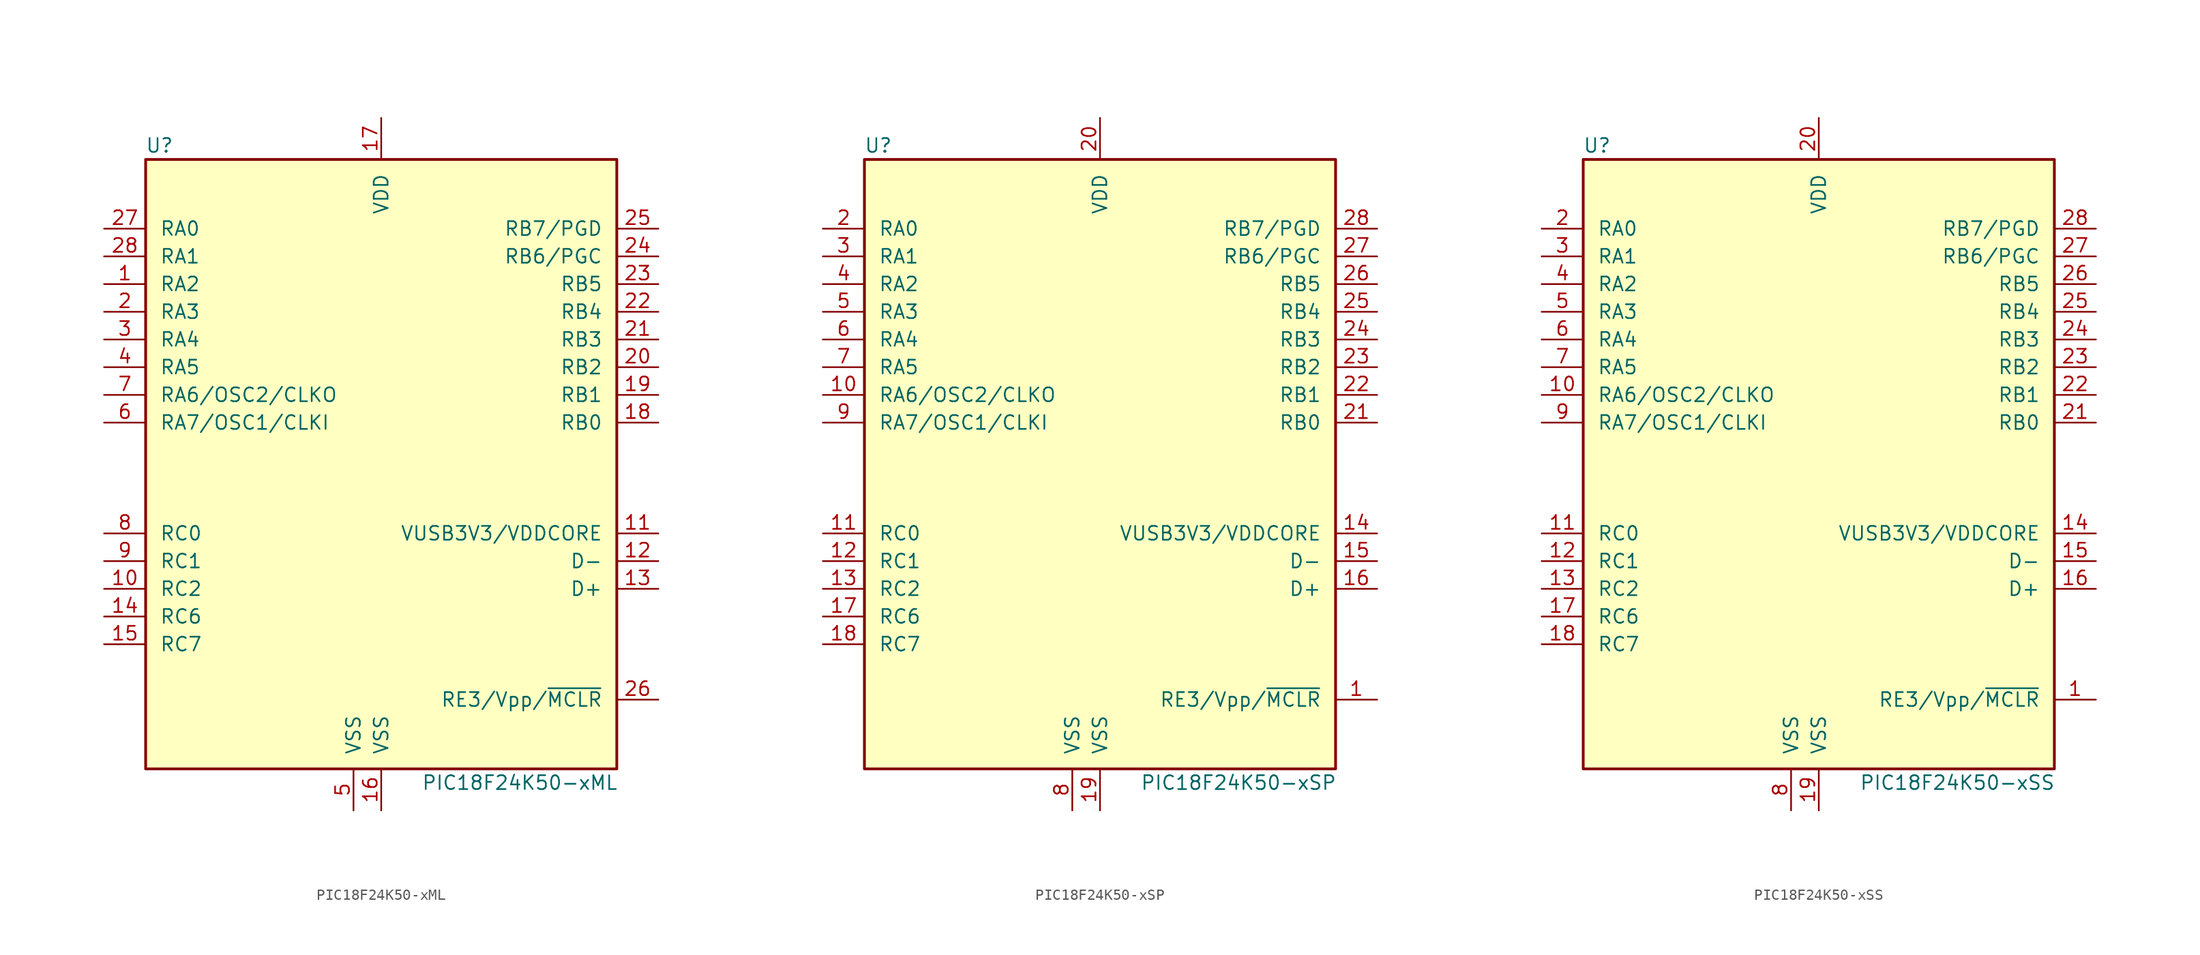
<source format=kicad_sym>
(kicad_symbol_lib
  (version 20201005)
  (generator kicad_symbol_editor)
  (symbol "PIC18F24K50-xML"
    (pin_names
      (offset 1.27))
    (property "Reference" "U"
      (at -20.32 30.48 0)
      (effects (font (size 1.27 1.27))))
    (property "Value" "PIC18F24K50-xML"
      (at 12.7 -27.94 0)
      (effects (font (size 1.27 1.27))))
    (symbol "PIC18F24K50-xML_0_1"
      (rectangle (start -21.59 29.21) (end 21.59 -26.67) (stroke (width 0.254)) (fill (type background))))
    (symbol "PIC18F24K50-xML_1_1"
      (pin bidirectional line (at -25.4 17.78 0) (length 3.81) (name "RA2" (effects (font (size 1.27 1.27)))) (number "1" (effects (font (size 1.27 1.27)))))
      (pin bidirectional line (at -25.4 -10.16 0) (length 3.81) (name "RC2" (effects (font (size 1.27 1.27)))) (number "10" (effects (font (size 1.27 1.27)))))
      (pin bidirectional line (at 25.4 -5.08 180) (length 3.81) (name "VUSB3V3/VDDCORE" (effects (font (size 1.27 1.27)))) (number "11" (effects (font (size 1.27 1.27)))))
      (pin bidirectional line (at 25.4 -7.62 180) (length 3.81) (name "D-" (effects (font (size 1.27 1.27)))) (number "12" (effects (font (size 1.27 1.27)))))
      (pin bidirectional line (at 25.4 -10.16 180) (length 3.81) (name "D+" (effects (font (size 1.27 1.27)))) (number "13" (effects (font (size 1.27 1.27)))))
      (pin bidirectional line (at -25.4 -12.7 0) (length 3.81) (name "RC6" (effects (font (size 1.27 1.27)))) (number "14" (effects (font (size 1.27 1.27)))))
      (pin bidirectional line (at -25.4 -15.24 0) (length 3.81) (name "RC7" (effects (font (size 1.27 1.27)))) (number "15" (effects (font (size 1.27 1.27)))))
      (pin power_in line (at 0 -30.48 90) (length 3.81) (name "VSS" (effects (font (size 1.27 1.27)))) (number "16" (effects (font (size 1.27 1.27)))))
      (pin power_in line (at 0 33.02 270) (length 3.81) (name "VDD" (effects (font (size 1.27 1.27)))) (number "17" (effects (font (size 1.27 1.27)))))
      (pin bidirectional line (at 25.4 5.08 180) (length 3.81) (name "RB0" (effects (font (size 1.27 1.27)))) (number "18" (effects (font (size 1.27 1.27)))))
      (pin bidirectional line (at 25.4 7.62 180) (length 3.81) (name "RB1" (effects (font (size 1.27 1.27)))) (number "19" (effects (font (size 1.27 1.27)))))
      (pin bidirectional line (at -25.4 15.24 0) (length 3.81) (name "RA3" (effects (font (size 1.27 1.27)))) (number "2" (effects (font (size 1.27 1.27)))))
      (pin bidirectional line (at 25.4 10.16 180) (length 3.81) (name "RB2" (effects (font (size 1.27 1.27)))) (number "20" (effects (font (size 1.27 1.27)))))
      (pin bidirectional line (at 25.4 12.7 180) (length 3.81) (name "RB3" (effects (font (size 1.27 1.27)))) (number "21" (effects (font (size 1.27 1.27)))))
      (pin bidirectional line (at 25.4 15.24 180) (length 3.81) (name "RB4" (effects (font (size 1.27 1.27)))) (number "22" (effects (font (size 1.27 1.27)))))
      (pin bidirectional line (at 25.4 17.78 180) (length 3.81) (name "RB5" (effects (font (size 1.27 1.27)))) (number "23" (effects (font (size 1.27 1.27)))))
      (pin bidirectional line (at 25.4 20.32 180) (length 3.81) (name "RB6/PGC" (effects (font (size 1.27 1.27)))) (number "24" (effects (font (size 1.27 1.27)))))
      (pin bidirectional line (at 25.4 22.86 180) (length 3.81) (name "RB7/PGD" (effects (font (size 1.27 1.27)))) (number "25" (effects (font (size 1.27 1.27)))))
      (pin input line (at 25.4 -20.32 180) (length 3.81) (name "RE3/Vpp/~MCLR~" (effects (font (size 1.27 1.27)))) (number "26" (effects (font (size 1.27 1.27)))))
      (pin bidirectional line (at -25.4 22.86 0) (length 3.81) (name "RA0" (effects (font (size 1.27 1.27)))) (number "27" (effects (font (size 1.27 1.27)))))
      (pin bidirectional line (at -25.4 20.32 0) (length 3.81) (name "RA1" (effects (font (size 1.27 1.27)))) (number "28" (effects (font (size 1.27 1.27)))))
      (pin bidirectional line (at -25.4 12.7 0) (length 3.81) (name "RA4" (effects (font (size 1.27 1.27)))) (number "3" (effects (font (size 1.27 1.27)))))
      (pin bidirectional line (at -25.4 10.16 0) (length 3.81) (name "RA5" (effects (font (size 1.27 1.27)))) (number "4" (effects (font (size 1.27 1.27)))))
      (pin power_in line (at -2.54 -30.48 90) (length 3.81) (name "VSS" (effects (font (size 1.27 1.27)))) (number "5" (effects (font (size 1.27 1.27)))))
      (pin input line (at -25.4 5.08 0) (length 3.81) (name "RA7/OSC1/CLKI" (effects (font (size 1.27 1.27)))) (number "6" (effects (font (size 1.27 1.27)))))
      (pin output line (at -25.4 7.62 0) (length 3.81) (name "RA6/OSC2/CLKO" (effects (font (size 1.27 1.27)))) (number "7" (effects (font (size 1.27 1.27)))))
      (pin bidirectional line (at -25.4 -5.08 0) (length 3.81) (name "RC0" (effects (font (size 1.27 1.27)))) (number "8" (effects (font (size 1.27 1.27)))))
      (pin bidirectional line (at -25.4 -7.62 0) (length 3.81) (name "RC1" (effects (font (size 1.27 1.27)))) (number "9" (effects (font (size 1.27 1.27)))))))
  (symbol "PIC18F24K50-xSP"
    (pin_names
      (offset 1.27))
    (property "Reference" "U"
      (at -20.32 30.48 0)
      (effects (font (size 1.27 1.27))))
    (property "Value" "PIC18F24K50-xSP"
      (at 12.7 -27.94 0)
      (effects (font (size 1.27 1.27))))
    (symbol "PIC18F24K50-xSP_0_1"
      (rectangle (start -21.59 29.21) (end 21.59 -26.67) (stroke (width 0.254)) (fill (type background))))
    (symbol "PIC18F24K50-xSP_1_1"
      (pin input line (at 25.4 -20.32 180) (length 3.81) (name "RE3/Vpp/~MCLR~" (effects (font (size 1.27 1.27)))) (number "1" (effects (font (size 1.27 1.27)))))
      (pin output line (at -25.4 7.62 0) (length 3.81) (name "RA6/OSC2/CLKO" (effects (font (size 1.27 1.27)))) (number "10" (effects (font (size 1.27 1.27)))))
      (pin bidirectional line (at -25.4 -5.08 0) (length 3.81) (name "RC0" (effects (font (size 1.27 1.27)))) (number "11" (effects (font (size 1.27 1.27)))))
      (pin bidirectional line (at -25.4 -7.62 0) (length 3.81) (name "RC1" (effects (font (size 1.27 1.27)))) (number "12" (effects (font (size 1.27 1.27)))))
      (pin bidirectional line (at -25.4 -10.16 0) (length 3.81) (name "RC2" (effects (font (size 1.27 1.27)))) (number "13" (effects (font (size 1.27 1.27)))))
      (pin bidirectional line (at 25.4 -5.08 180) (length 3.81) (name "VUSB3V3/VDDCORE" (effects (font (size 1.27 1.27)))) (number "14" (effects (font (size 1.27 1.27)))))
      (pin bidirectional line (at 25.4 -7.62 180) (length 3.81) (name "D-" (effects (font (size 1.27 1.27)))) (number "15" (effects (font (size 1.27 1.27)))))
      (pin bidirectional line (at 25.4 -10.16 180) (length 3.81) (name "D+" (effects (font (size 1.27 1.27)))) (number "16" (effects (font (size 1.27 1.27)))))
      (pin bidirectional line (at -25.4 -12.7 0) (length 3.81) (name "RC6" (effects (font (size 1.27 1.27)))) (number "17" (effects (font (size 1.27 1.27)))))
      (pin bidirectional line (at -25.4 -15.24 0) (length 3.81) (name "RC7" (effects (font (size 1.27 1.27)))) (number "18" (effects (font (size 1.27 1.27)))))
      (pin power_in line (at 0 -30.48 90) (length 3.81) (name "VSS" (effects (font (size 1.27 1.27)))) (number "19" (effects (font (size 1.27 1.27)))))
      (pin bidirectional line (at -25.4 22.86 0) (length 3.81) (name "RA0" (effects (font (size 1.27 1.27)))) (number "2" (effects (font (size 1.27 1.27)))))
      (pin power_in line (at 0 33.02 270) (length 3.81) (name "VDD" (effects (font (size 1.27 1.27)))) (number "20" (effects (font (size 1.27 1.27)))))
      (pin bidirectional line (at 25.4 5.08 180) (length 3.81) (name "RB0" (effects (font (size 1.27 1.27)))) (number "21" (effects (font (size 1.27 1.27)))))
      (pin bidirectional line (at 25.4 7.62 180) (length 3.81) (name "RB1" (effects (font (size 1.27 1.27)))) (number "22" (effects (font (size 1.27 1.27)))))
      (pin bidirectional line (at 25.4 10.16 180) (length 3.81) (name "RB2" (effects (font (size 1.27 1.27)))) (number "23" (effects (font (size 1.27 1.27)))))
      (pin bidirectional line (at 25.4 12.7 180) (length 3.81) (name "RB3" (effects (font (size 1.27 1.27)))) (number "24" (effects (font (size 1.27 1.27)))))
      (pin bidirectional line (at 25.4 15.24 180) (length 3.81) (name "RB4" (effects (font (size 1.27 1.27)))) (number "25" (effects (font (size 1.27 1.27)))))
      (pin bidirectional line (at 25.4 17.78 180) (length 3.81) (name "RB5" (effects (font (size 1.27 1.27)))) (number "26" (effects (font (size 1.27 1.27)))))
      (pin bidirectional line (at 25.4 20.32 180) (length 3.81) (name "RB6/PGC" (effects (font (size 1.27 1.27)))) (number "27" (effects (font (size 1.27 1.27)))))
      (pin bidirectional line (at 25.4 22.86 180) (length 3.81) (name "RB7/PGD" (effects (font (size 1.27 1.27)))) (number "28" (effects (font (size 1.27 1.27)))))
      (pin bidirectional line (at -25.4 20.32 0) (length 3.81) (name "RA1" (effects (font (size 1.27 1.27)))) (number "3" (effects (font (size 1.27 1.27)))))
      (pin bidirectional line (at -25.4 17.78 0) (length 3.81) (name "RA2" (effects (font (size 1.27 1.27)))) (number "4" (effects (font (size 1.27 1.27)))))
      (pin bidirectional line (at -25.4 15.24 0) (length 3.81) (name "RA3" (effects (font (size 1.27 1.27)))) (number "5" (effects (font (size 1.27 1.27)))))
      (pin bidirectional line (at -25.4 12.7 0) (length 3.81) (name "RA4" (effects (font (size 1.27 1.27)))) (number "6" (effects (font (size 1.27 1.27)))))
      (pin bidirectional line (at -25.4 10.16 0) (length 3.81) (name "RA5" (effects (font (size 1.27 1.27)))) (number "7" (effects (font (size 1.27 1.27)))))
      (pin power_in line (at -2.54 -30.48 90) (length 3.81) (name "VSS" (effects (font (size 1.27 1.27)))) (number "8" (effects (font (size 1.27 1.27)))))
      (pin input line (at -25.4 5.08 0) (length 3.81) (name "RA7/OSC1/CLKI" (effects (font (size 1.27 1.27)))) (number "9" (effects (font (size 1.27 1.27)))))))
  (symbol "PIC18F24K50-xSS"
    (pin_names
      (offset 1.27))
    (property "Reference" "U"
      (at -20.32 30.48 0)
      (effects (font (size 1.27 1.27))))
    (property "Value" "PIC18F24K50-xSS"
      (at 12.7 -27.94 0)
      (effects (font (size 1.27 1.27))))
    (symbol "PIC18F24K50-xSS_0_1"
      (rectangle (start -21.59 29.21) (end 21.59 -26.67) (stroke (width 0.254)) (fill (type background))))
    (symbol "PIC18F24K50-xSS_1_1"
      (pin input line (at 25.4 -20.32 180) (length 3.81) (name "RE3/Vpp/~MCLR~" (effects (font (size 1.27 1.27)))) (number "1" (effects (font (size 1.27 1.27)))))
      (pin output line (at -25.4 7.62 0) (length 3.81) (name "RA6/OSC2/CLKO" (effects (font (size 1.27 1.27)))) (number "10" (effects (font (size 1.27 1.27)))))
      (pin bidirectional line (at -25.4 -5.08 0) (length 3.81) (name "RC0" (effects (font (size 1.27 1.27)))) (number "11" (effects (font (size 1.27 1.27)))))
      (pin bidirectional line (at -25.4 -7.62 0) (length 3.81) (name "RC1" (effects (font (size 1.27 1.27)))) (number "12" (effects (font (size 1.27 1.27)))))
      (pin bidirectional line (at -25.4 -10.16 0) (length 3.81) (name "RC2" (effects (font (size 1.27 1.27)))) (number "13" (effects (font (size 1.27 1.27)))))
      (pin bidirectional line (at 25.4 -5.08 180) (length 3.81) (name "VUSB3V3/VDDCORE" (effects (font (size 1.27 1.27)))) (number "14" (effects (font (size 1.27 1.27)))))
      (pin bidirectional line (at 25.4 -7.62 180) (length 3.81) (name "D-" (effects (font (size 1.27 1.27)))) (number "15" (effects (font (size 1.27 1.27)))))
      (pin bidirectional line (at 25.4 -10.16 180) (length 3.81) (name "D+" (effects (font (size 1.27 1.27)))) (number "16" (effects (font (size 1.27 1.27)))))
      (pin bidirectional line (at -25.4 -12.7 0) (length 3.81) (name "RC6" (effects (font (size 1.27 1.27)))) (number "17" (effects (font (size 1.27 1.27)))))
      (pin bidirectional line (at -25.4 -15.24 0) (length 3.81) (name "RC7" (effects (font (size 1.27 1.27)))) (number "18" (effects (font (size 1.27 1.27)))))
      (pin power_in line (at 0 -30.48 90) (length 3.81) (name "VSS" (effects (font (size 1.27 1.27)))) (number "19" (effects (font (size 1.27 1.27)))))
      (pin bidirectional line (at -25.4 22.86 0) (length 3.81) (name "RA0" (effects (font (size 1.27 1.27)))) (number "2" (effects (font (size 1.27 1.27)))))
      (pin power_in line (at 0 33.02 270) (length 3.81) (name "VDD" (effects (font (size 1.27 1.27)))) (number "20" (effects (font (size 1.27 1.27)))))
      (pin bidirectional line (at 25.4 5.08 180) (length 3.81) (name "RB0" (effects (font (size 1.27 1.27)))) (number "21" (effects (font (size 1.27 1.27)))))
      (pin bidirectional line (at 25.4 7.62 180) (length 3.81) (name "RB1" (effects (font (size 1.27 1.27)))) (number "22" (effects (font (size 1.27 1.27)))))
      (pin bidirectional line (at 25.4 10.16 180) (length 3.81) (name "RB2" (effects (font (size 1.27 1.27)))) (number "23" (effects (font (size 1.27 1.27)))))
      (pin bidirectional line (at 25.4 12.7 180) (length 3.81) (name "RB3" (effects (font (size 1.27 1.27)))) (number "24" (effects (font (size 1.27 1.27)))))
      (pin bidirectional line (at 25.4 15.24 180) (length 3.81) (name "RB4" (effects (font (size 1.27 1.27)))) (number "25" (effects (font (size 1.27 1.27)))))
      (pin bidirectional line (at 25.4 17.78 180) (length 3.81) (name "RB5" (effects (font (size 1.27 1.27)))) (number "26" (effects (font (size 1.27 1.27)))))
      (pin bidirectional line (at 25.4 20.32 180) (length 3.81) (name "RB6/PGC" (effects (font (size 1.27 1.27)))) (number "27" (effects (font (size 1.27 1.27)))))
      (pin bidirectional line (at 25.4 22.86 180) (length 3.81) (name "RB7/PGD" (effects (font (size 1.27 1.27)))) (number "28" (effects (font (size 1.27 1.27)))))
      (pin bidirectional line (at -25.4 20.32 0) (length 3.81) (name "RA1" (effects (font (size 1.27 1.27)))) (number "3" (effects (font (size 1.27 1.27)))))
      (pin bidirectional line (at -25.4 17.78 0) (length 3.81) (name "RA2" (effects (font (size 1.27 1.27)))) (number "4" (effects (font (size 1.27 1.27)))))
      (pin bidirectional line (at -25.4 15.24 0) (length 3.81) (name "RA3" (effects (font (size 1.27 1.27)))) (number "5" (effects (font (size 1.27 1.27)))))
      (pin bidirectional line (at -25.4 12.7 0) (length 3.81) (name "RA4" (effects (font (size 1.27 1.27)))) (number "6" (effects (font (size 1.27 1.27)))))
      (pin bidirectional line (at -25.4 10.16 0) (length 3.81) (name "RA5" (effects (font (size 1.27 1.27)))) (number "7" (effects (font (size 1.27 1.27)))))
      (pin power_in line (at -2.54 -30.48 90) (length 3.81) (name "VSS" (effects (font (size 1.27 1.27)))) (number "8" (effects (font (size 1.27 1.27)))))
      (pin input line (at -25.4 5.08 0) (length 3.81) (name "RA7/OSC1/CLKI" (effects (font (size 1.27 1.27)))) (number "9" (effects (font (size 1.27 1.27))))))))
</source>
